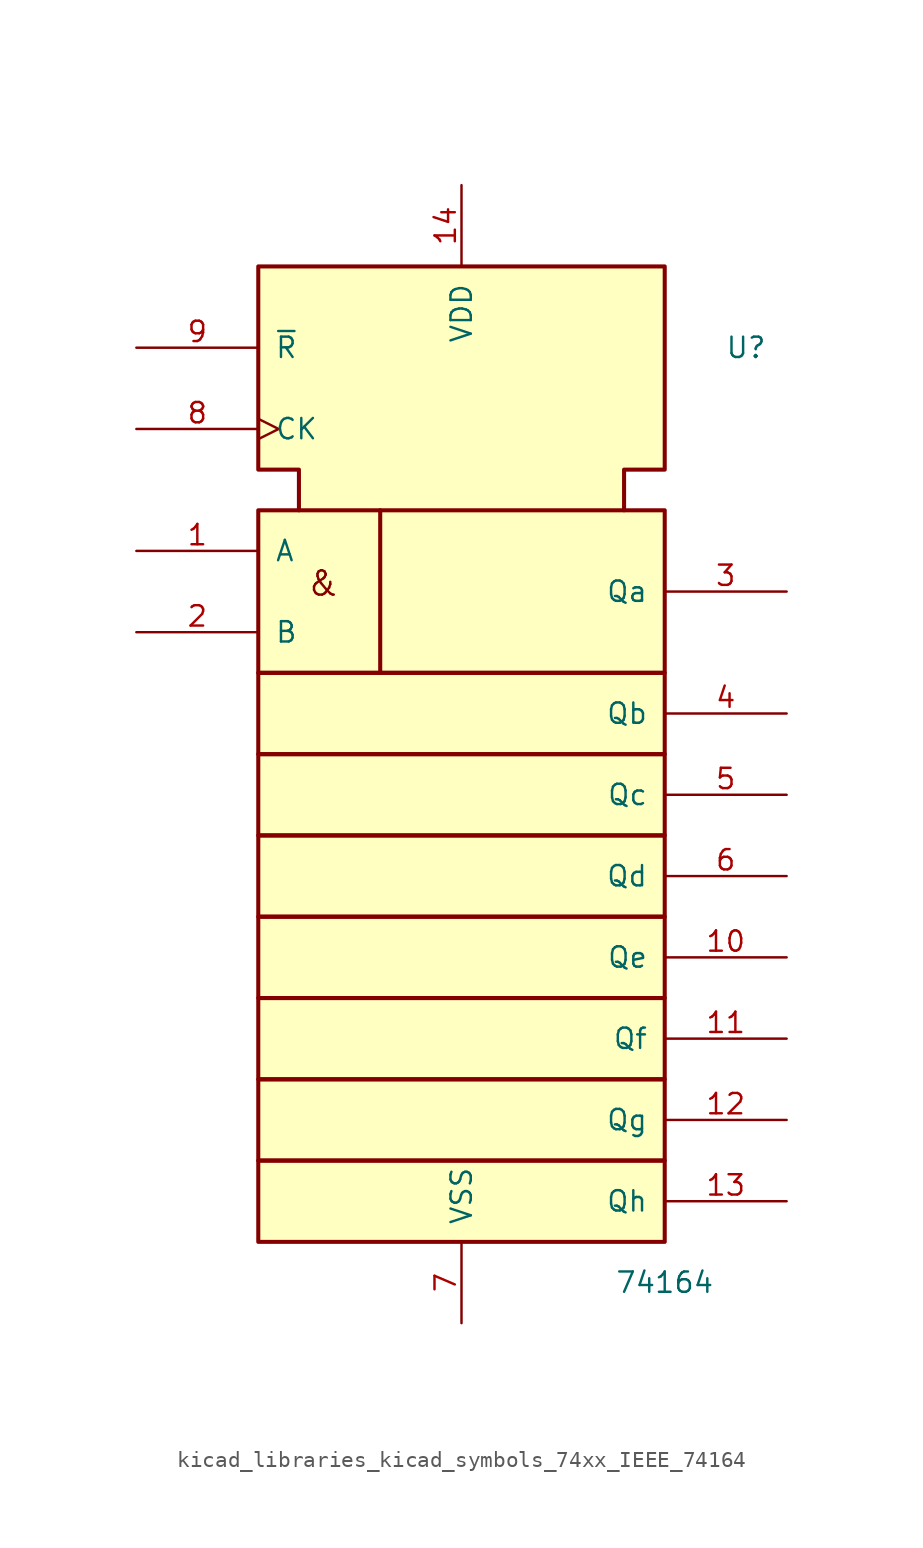
<source format=kicad_sym>
(kicad_symbol_lib
  (version 20220914)
  (generator kicad_symbol_editor)
  (symbol "kicad_libraries_kicad_symbols_74xx_IEEE_74164"
    (pin_names
      (offset 1.016))
    (property "Reference" "U"
      (at 17.78 12.7 0)
      (effects (font (size 1.27 1.27))))
    (property "Value" "74164"
      (at 12.7 -45.72 0)
      (effects (font (size 1.27 1.27))))
    (symbol "kicad_libraries_kicad_symbols_74xx_IEEE_74164_0_0"
      (text "&" (at -8.636 -2.032 0) (effects (font (size 1.524 1.524)))))
    (symbol "kicad_libraries_kicad_symbols_74xx_IEEE_74164_0_1"
      (rectangle (start -12.7 -38.1) (end 12.7 -43.18) (stroke (width 0.254) (type default)) (fill (type background)))
      (rectangle (start -12.7 -33.02) (end 12.7 -38.1) (stroke (width 0.254) (type default)) (fill (type background)))
      (rectangle (start -12.7 -27.94) (end 12.7 -33.02) (stroke (width 0.254) (type default)) (fill (type background)))
      (rectangle (start -12.7 -22.86) (end 12.7 -27.94) (stroke (width 0.254) (type default)) (fill (type background)))
      (rectangle (start -12.7 -17.78) (end 12.7 -22.86) (stroke (width 0.254) (type default)) (fill (type background)))
      (rectangle (start -12.7 -12.7) (end 12.7 -17.78) (stroke (width 0.254) (type default)) (fill (type background)))
      (rectangle (start -12.7 -7.62) (end 12.7 -12.7) (stroke (width 0.254) (type default)) (fill (type background)))
      (rectangle (start -12.7 2.54) (end 12.7 -7.62) (stroke (width 0.254) (type default)) (fill (type background)))
      (polyline (pts (xy -5.08 2.54) (xy -5.08 -7.62) (xy -5.08 -7.62)) (stroke (width 0.254) (type default)) (fill (type background)))
      (polyline (pts (xy -10.16 2.54) (xy -10.16 5.08) (xy -12.7 5.08) (xy -12.7 17.78) (xy 12.7 17.78) (xy 12.7 5.08) (xy 10.16 5.08) (xy 10.16 2.54) (xy 10.16 2.54)) (stroke (width 0.254) (type default)) (fill (type background))))
    (symbol "kicad_libraries_kicad_symbols_74xx_IEEE_74164_1_1"
      (pin input line (at -20.32 0 0) (length 7.62) (name "A" (effects (font (size 1.27 1.27)))) (number "1" (effects (font (size 1.27 1.27)))))
      (pin output line (at 20.32 -25.4 180) (length 7.62) (name "Qe" (effects (font (size 1.27 1.27)))) (number "10" (effects (font (size 1.27 1.27)))))
      (pin output line (at 20.32 -30.48 180) (length 7.62) (name "Qf" (effects (font (size 1.27 1.27)))) (number "11" (effects (font (size 1.27 1.27)))))
      (pin output line (at 20.32 -35.56 180) (length 7.62) (name "Qg" (effects (font (size 1.27 1.27)))) (number "12" (effects (font (size 1.27 1.27)))))
      (pin output line (at 20.32 -40.64 180) (length 7.62) (name "Qh" (effects (font (size 1.27 1.27)))) (number "13" (effects (font (size 1.27 1.27)))))
      (pin power_in line (at 0 22.86 270) (length 5.08) (name "VDD" (effects (font (size 1.27 1.27)))) (number "14" (effects (font (size 1.27 1.27)))))
      (pin input line (at -20.32 -5.08 0) (length 7.62) (name "B" (effects (font (size 1.27 1.27)))) (number "2" (effects (font (size 1.27 1.27)))))
      (pin output line (at 20.32 -2.54 180) (length 7.62) (name "Qa" (effects (font (size 1.27 1.27)))) (number "3" (effects (font (size 1.27 1.27)))))
      (pin output line (at 20.32 -10.16 180) (length 7.62) (name "Qb" (effects (font (size 1.27 1.27)))) (number "4" (effects (font (size 1.27 1.27)))))
      (pin output line (at 20.32 -15.24 180) (length 7.62) (name "Qc" (effects (font (size 1.27 1.27)))) (number "5" (effects (font (size 1.27 1.27)))))
      (pin output line (at 20.32 -20.32 180) (length 7.62) (name "Qd" (effects (font (size 1.27 1.27)))) (number "6" (effects (font (size 1.27 1.27)))))
      (pin power_in line (at 0 -48.26 90) (length 5.08) (name "VSS" (effects (font (size 1.27 1.27)))) (number "7" (effects (font (size 1.27 1.27)))))
      (pin input clock (at -20.32 7.62 0) (length 7.62) (name "CK" (effects (font (size 1.27 1.27)))) (number "8" (effects (font (size 1.27 1.27)))))
      (pin input line (at -20.32 12.7 0) (length 7.62) (name "~{R}" (effects (font (size 1.27 1.27)))) (number "9" (effects (font (size 1.27 1.27))))))))
</source>
